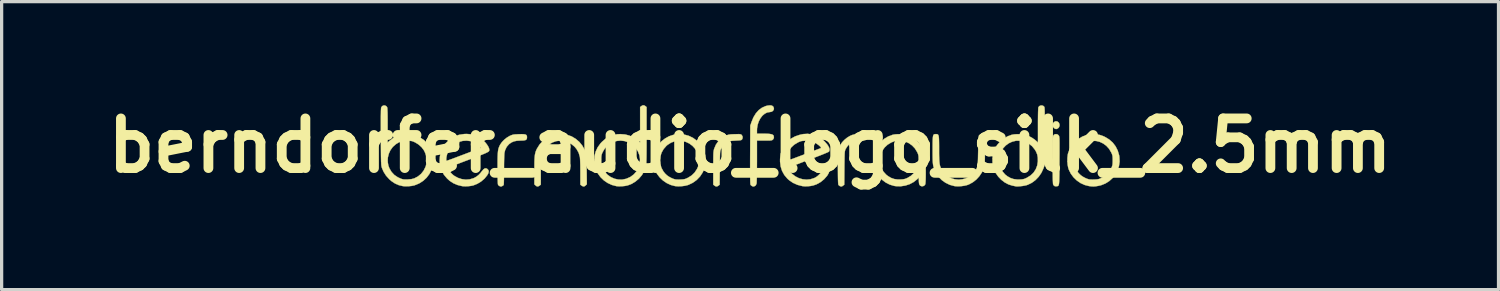
<source format=kicad_pcb>
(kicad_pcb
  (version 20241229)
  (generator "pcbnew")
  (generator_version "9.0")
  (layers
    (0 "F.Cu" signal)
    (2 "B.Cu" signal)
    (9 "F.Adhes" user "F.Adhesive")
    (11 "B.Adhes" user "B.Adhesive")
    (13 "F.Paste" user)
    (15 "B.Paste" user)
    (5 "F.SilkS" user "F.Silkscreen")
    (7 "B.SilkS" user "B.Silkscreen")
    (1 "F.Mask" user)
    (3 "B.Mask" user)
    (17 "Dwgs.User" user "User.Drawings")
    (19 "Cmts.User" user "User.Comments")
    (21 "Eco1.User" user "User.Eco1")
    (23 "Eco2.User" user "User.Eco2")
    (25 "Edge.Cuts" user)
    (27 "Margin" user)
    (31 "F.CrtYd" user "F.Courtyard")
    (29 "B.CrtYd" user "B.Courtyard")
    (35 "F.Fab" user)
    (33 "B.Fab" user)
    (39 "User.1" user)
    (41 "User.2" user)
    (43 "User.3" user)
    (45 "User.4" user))
  (footprint "berndorfer_audio_logo_silk_2.5mm"
    (layer "F.Cu")
    (at 19.964 1.418)
    (property "Reference" "berndorfer_audio_logo_silk_2.5mm" (at 0 0 0) (layer "F.SilkS") (effects (font (size 1.524 1.524) (thickness 0.3))))
    (attr through_hole)
    (fp_poly (pts (xy 9.438 -0.736) (xy 9.473 -0.704) (xy 9.493 -0.661) (xy 9.496 -0.611) (xy 9.479 -0.564) (xy 9.462 -0.543) (xy 9.428 -0.519) (xy 9.392 -0.508) (xy 9.391 -0.508) (xy 9.356 -0.518) (xy 9.321 -0.541) (xy 9.32 -0.543) (xy 9.292 -0.587) (xy 9.285 -0.636) (xy 9.297 -0.683) (xy 9.324 -0.722) (xy 9.366 -0.745) (xy 9.391 -0.748) (xy 9.438 -0.736)) (stroke (width 0.01) (type solid)) (fill yes) (layer "F.SilkS"))
    (fp_poly (pts (xy 9.438 -0.342) (xy 9.468 -0.315) (xy 9.474 -0.306) (xy 9.48 -0.296) (xy 9.484 -0.283) (xy 9.488 -0.263) (xy 9.491 -0.235) (xy 9.493 -0.197) (xy 9.494 -0.145) (xy 9.495 -0.078) (xy 9.495 0.007) (xy 9.495 0.111) (xy 9.495 0.239) (xy 9.494 0.391) (xy 9.494 0.46) (xy 9.493 0.627) (xy 9.492 0.768) (xy 9.491 0.886) (xy 9.489 0.981) (xy 9.487 1.058) (xy 9.484 1.117) (xy 9.48 1.162) (xy 9.474 1.194) (xy 9.467 1.216) (xy 9.458 1.23) (xy 9.447 1.238) (xy 9.433 1.243) (xy 9.417 1.246) (xy 9.412 1.247) (xy 9.371 1.248) (xy 9.345 1.242) (xy 9.316 1.219) (xy 9.299 1.192) (xy 9.296 1.169) (xy 9.293 1.121) (xy 9.29 1.052) (xy 9.288 0.965) (xy 9.287 0.864) (xy 9.285 0.75) (xy 9.285 0.629) (xy 9.284 0.503) (xy 9.285 0.376) (xy 9.285 0.25) (xy 9.286 0.13) (xy 9.288 0.018) (xy 9.29 -0.083) (xy 9.292 -0.168) (xy 9.295 -0.235) (xy 9.298 -0.28) (xy 9.301 -0.301) (xy 9.325 -0.334) (xy 9.356 -0.35) (xy 9.393 -0.353) (xy 9.438 -0.342)) (stroke (width 0.01) (type solid)) (fill yes) (layer "F.SilkS"))
    (fp_poly (pts (xy -0.307 -0.35) (xy -0.284 -0.345) (xy -0.268 -0.337) (xy -0.256 -0.326) (xy -0.231 -0.284) (xy -0.228 -0.233) (xy -0.246 -0.19) (xy -0.258 -0.178) (xy -0.277 -0.169) (xy -0.308 -0.163) (xy -0.357 -0.159) (xy -0.428 -0.155) (xy -0.44 -0.154) (xy -0.517 -0.15) (xy -0.573 -0.145) (xy -0.616 -0.137) (xy -0.65 -0.126) (xy -0.685 -0.11) (xy -0.685 -0.11) (xy -0.767 -0.054) (xy -0.839 0.022) (xy -0.893 0.108) (xy -0.894 0.111) (xy -0.902 0.129) (xy -0.908 0.149) (xy -0.914 0.172) (xy -0.918 0.202) (xy -0.921 0.242) (xy -0.923 0.296) (xy -0.925 0.365) (xy -0.926 0.455) (xy -0.928 0.566) (xy -0.929 0.688) (xy -0.933 1.199) (xy -0.969 1.227) (xy -1.012 1.252) (xy -1.051 1.251) (xy -1.092 1.227) (xy -1.129 1.197) (xy -1.129 0.692) (xy -1.129 0.557) (xy -1.128 0.447) (xy -1.127 0.359) (xy -1.126 0.29) (xy -1.124 0.236) (xy -1.121 0.193) (xy -1.116 0.16) (xy -1.111 0.132) (xy -1.104 0.106) (xy -1.101 0.097) (xy -1.049 -0.027) (xy -0.974 -0.134) (xy -0.877 -0.224) (xy -0.763 -0.293) (xy -0.72 -0.314) (xy -0.684 -0.329) (xy -0.649 -0.338) (xy -0.608 -0.344) (xy -0.554 -0.348) (xy -0.479 -0.35) (xy -0.472 -0.35) (xy -0.396 -0.352) (xy -0.342 -0.353) (xy -0.307 -0.35)) (stroke (width 0.01) (type solid)) (fill yes) (layer "F.SilkS"))
    (fp_poly (pts (xy 3.505 -0.349) (xy 3.551 -0.34) (xy 3.579 -0.324) (xy 3.594 -0.299) (xy 3.598 -0.266) (xy 3.598 -0.263) (xy 3.596 -0.225) (xy 3.586 -0.198) (xy 3.565 -0.179) (xy 3.528 -0.167) (xy 3.472 -0.16) (xy 3.392 -0.155) (xy 3.384 -0.154) (xy 3.307 -0.15) (xy 3.251 -0.145) (xy 3.209 -0.137) (xy 3.174 -0.126) (xy 3.139 -0.11) (xy 3.139 -0.11) (xy 3.057 -0.054) (xy 2.985 0.022) (xy 2.931 0.108) (xy 2.93 0.111) (xy 2.922 0.129) (xy 2.916 0.149) (xy 2.91 0.172) (xy 2.906 0.202) (xy 2.903 0.243) (xy 2.901 0.296) (xy 2.899 0.366) (xy 2.898 0.455) (xy 2.896 0.567) (xy 2.895 0.688) (xy 2.891 1.199) (xy 2.855 1.227) (xy 2.821 1.25) (xy 2.791 1.253) (xy 2.756 1.242) (xy 2.725 1.22) (xy 2.71 1.201) (xy 2.706 1.178) (xy 2.702 1.127) (xy 2.699 1.049) (xy 2.697 0.945) (xy 2.696 0.816) (xy 2.695 0.688) (xy 2.695 0.544) (xy 2.696 0.424) (xy 2.699 0.326) (xy 2.702 0.247) (xy 2.708 0.182) (xy 2.715 0.129) (xy 2.726 0.085) (xy 2.739 0.046) (xy 2.755 0.008) (xy 2.776 -0.031) (xy 2.827 -0.104) (xy 2.897 -0.178) (xy 2.978 -0.244) (xy 3.062 -0.295) (xy 3.072 -0.3) (xy 3.115 -0.319) (xy 3.151 -0.332) (xy 3.189 -0.34) (xy 3.237 -0.345) (xy 3.301 -0.349) (xy 3.348 -0.35) (xy 3.439 -0.352) (xy 3.505 -0.349)) (stroke (width 0.01) (type solid)) (fill yes) (layer "F.SilkS"))
    (fp_poly (pts (xy 0.672 -1.227) (xy 0.709 -1.2) (xy 0.713 -1.195) (xy 0.732 -1.148) (xy 0.726 -1.102) (xy 0.7 -1.064) (xy 0.656 -1.038) (xy 0.605 -1.03) (xy 0.525 -1.017) (xy 0.449 -0.978) (xy 0.379 -0.919) (xy 0.319 -0.841) (xy 0.27 -0.749) (xy 0.234 -0.645) (xy 0.215 -0.534) (xy 0.212 -0.47) (xy 0.212 -0.367) (xy 0.406 -0.367) (xy 0.512 -0.365) (xy 0.594 -0.36) (xy 0.653 -0.35) (xy 0.692 -0.336) (xy 0.716 -0.317) (xy 0.72 -0.311) (xy 0.733 -0.259) (xy 0.721 -0.211) (xy 0.701 -0.186) (xy 0.687 -0.174) (xy 0.671 -0.166) (xy 0.648 -0.161) (xy 0.612 -0.157) (xy 0.561 -0.156) (xy 0.488 -0.155) (xy 0.44 -0.155) (xy 0.212 -0.155) (xy 0.212 0.483) (xy 0.211 0.635) (xy 0.21 0.772) (xy 0.209 0.893) (xy 0.207 0.995) (xy 0.204 1.077) (xy 0.202 1.135) (xy 0.198 1.168) (xy 0.197 1.173) (xy 0.174 1.219) (xy 0.147 1.24) (xy 0.116 1.252) (xy 0.092 1.253) (xy 0.061 1.242) (xy 0.029 1.219) (xy 0.014 1.2) (xy 0.011 1.183) (xy 0.008 1.147) (xy 0.006 1.091) (xy 0.004 1.012) (xy 0.003 0.911) (xy 0.002 0.785) (xy 0.002 0.635) (xy 0.002 0.459) (xy 0.003 0.278) (xy 0.007 -0.614) (xy 0.046 -0.727) (xy 0.105 -0.87) (xy 0.179 -0.991) (xy 0.266 -1.089) (xy 0.366 -1.163) (xy 0.478 -1.213) (xy 0.54 -1.228) (xy 0.616 -1.236) (xy 0.672 -1.227)) (stroke (width 0.01) (type solid)) (fill yes) (layer "F.SilkS"))
    (fp_poly (pts (xy -6.938 -0.349) (xy -6.892 -0.341) (xy -6.864 -0.325) (xy -6.849 -0.3) (xy -6.844 -0.266) (xy -6.844 -0.254) (xy -6.848 -0.215) (xy -6.863 -0.187) (xy -6.892 -0.169) (xy -6.94 -0.159) (xy -7.01 -0.155) (xy -7.044 -0.155) (xy -7.155 -0.149) (xy -7.246 -0.13) (xy -7.324 -0.096) (xy -7.395 -0.045) (xy -7.396 -0.044) (xy -7.466 0.036) (xy -7.514 0.134) (xy -7.536 0.222) (xy -7.539 0.256) (xy -7.542 0.315) (xy -7.545 0.393) (xy -7.547 0.487) (xy -7.549 0.592) (xy -7.549 0.704) (xy -7.55 0.748) (xy -7.55 0.858) (xy -7.551 0.958) (xy -7.552 1.047) (xy -7.554 1.119) (xy -7.556 1.172) (xy -7.559 1.203) (xy -7.56 1.208) (xy -7.581 1.227) (xy -7.612 1.245) (xy -7.64 1.255) (xy -7.644 1.255) (xy -7.665 1.249) (xy -7.686 1.242) (xy -7.718 1.22) (xy -7.732 1.201) (xy -7.737 1.178) (xy -7.74 1.127) (xy -7.743 1.049) (xy -7.745 0.945) (xy -7.747 0.816) (xy -7.747 0.688) (xy -7.747 0.544) (xy -7.746 0.424) (xy -7.744 0.326) (xy -7.74 0.247) (xy -7.735 0.182) (xy -7.727 0.129) (xy -7.717 0.085) (xy -7.703 0.046) (xy -7.687 0.008) (xy -7.667 -0.031) (xy -7.615 -0.105) (xy -7.545 -0.179) (xy -7.463 -0.245) (xy -7.379 -0.295) (xy -7.37 -0.3) (xy -7.327 -0.318) (xy -7.29 -0.331) (xy -7.25 -0.34) (xy -7.201 -0.345) (xy -7.135 -0.348) (xy -7.094 -0.35) (xy -7.004 -0.352) (xy -6.938 -0.349)) (stroke (width 0.01) (type solid)) (fill yes) (layer "F.SilkS"))
    (fp_poly (pts (xy -5.682 -0.344) (xy -5.61 -0.331) (xy -5.474 -0.282) (xy -5.35 -0.208) (xy -5.239 -0.113) (xy -5.146 0.001) (xy -5.073 0.13) (xy -5.05 0.187) (xy -5.041 0.213) (xy -5.034 0.238) (xy -5.028 0.266) (xy -5.024 0.301) (xy -5.021 0.346) (xy -5.018 0.404) (xy -5.016 0.478) (xy -5.015 0.574) (xy -5.013 0.693) (xy -5.013 0.73) (xy -5.008 1.185) (xy -5.043 1.22) (xy -5.084 1.25) (xy -5.124 1.252) (xy -5.169 1.227) (xy -5.17 1.227) (xy -5.207 1.197) (xy -5.207 0.813) (xy -5.208 0.701) (xy -5.209 0.597) (xy -5.212 0.504) (xy -5.215 0.427) (xy -5.219 0.371) (xy -5.222 0.345) (xy -5.259 0.22) (xy -5.321 0.109) (xy -5.389 0.027) (xy -5.49 -0.054) (xy -5.6 -0.112) (xy -5.716 -0.145) (xy -5.835 -0.153) (xy -5.954 -0.136) (xy -6.068 -0.095) (xy -6.174 -0.03) (xy -6.235 0.024) (xy -6.318 0.127) (xy -6.376 0.241) (xy -6.406 0.356) (xy -6.41 0.394) (xy -6.413 0.456) (xy -6.416 0.536) (xy -6.419 0.63) (xy -6.42 0.732) (xy -6.42 0.821) (xy -6.421 1.197) (xy -6.458 1.227) (xy -6.503 1.252) (xy -6.543 1.25) (xy -6.583 1.221) (xy -6.583 1.221) (xy -6.618 1.187) (xy -6.618 0.766) (xy -6.617 0.627) (xy -6.616 0.513) (xy -6.613 0.42) (xy -6.608 0.344) (xy -6.601 0.282) (xy -6.59 0.229) (xy -6.577 0.183) (xy -6.56 0.14) (xy -6.539 0.095) (xy -6.539 0.095) (xy -6.459 -0.033) (xy -6.358 -0.144) (xy -6.238 -0.235) (xy -6.103 -0.303) (xy -6.026 -0.33) (xy -5.955 -0.344) (xy -5.867 -0.351) (xy -5.772 -0.351) (xy -5.682 -0.344)) (stroke (width 0.01) (type solid)) (fill yes) (layer "F.SilkS"))
    (fp_poly (pts (xy -2.021 -0.339) (xy -1.879 -0.3) (xy -1.749 -0.237) (xy -1.633 -0.151) (xy -1.533 -0.044) (xy -1.452 0.082) (xy -1.396 0.212) (xy -1.371 0.317) (xy -1.362 0.435) (xy -1.368 0.555) (xy -1.389 0.668) (xy -1.396 0.689) (xy -1.455 0.826) (xy -1.536 0.948) (xy -1.638 1.054) (xy -1.757 1.14) (xy -1.891 1.204) (xy -1.912 1.211) (xy -1.996 1.232) (xy -2.095 1.245) (xy -2.197 1.249) (xy -2.288 1.243) (xy -2.3 1.242) (xy -2.432 1.207) (xy -2.557 1.149) (xy -2.671 1.071) (xy -2.772 0.975) (xy -2.855 0.866) (xy -2.916 0.747) (xy -2.941 0.667) (xy -2.959 0.564) (xy -2.965 0.449) (xy -2.764 0.449) (xy -2.753 0.568) (xy -2.718 0.683) (xy -2.659 0.791) (xy -2.608 0.855) (xy -2.551 0.91) (xy -2.488 0.954) (xy -2.411 0.995) (xy -2.372 1.012) (xy -2.33 1.027) (xy -2.291 1.037) (xy -2.246 1.041) (xy -2.185 1.042) (xy -2.151 1.041) (xy -2.083 1.038) (xy -2.034 1.033) (xy -1.993 1.024) (xy -1.951 1.007) (xy -1.903 0.985) (xy -1.792 0.915) (xy -1.701 0.827) (xy -1.63 0.719) (xy -1.618 0.695) (xy -1.598 0.649) (xy -1.585 0.611) (xy -1.577 0.572) (xy -1.574 0.523) (xy -1.573 0.455) (xy -1.573 0.452) (xy -1.574 0.382) (xy -1.577 0.333) (xy -1.584 0.293) (xy -1.597 0.256) (xy -1.617 0.21) (xy -1.619 0.208) (xy -1.685 0.097) (xy -1.768 0.006) (xy -1.864 -0.065) (xy -1.97 -0.115) (xy -2.083 -0.144) (xy -2.198 -0.15) (xy -2.314 -0.132) (xy -2.425 -0.091) (xy -2.529 -0.025) (xy -2.569 0.009) (xy -2.653 0.106) (xy -2.714 0.214) (xy -2.751 0.329) (xy -2.764 0.449) (xy -2.965 0.449) (xy -2.965 0.449) (xy -2.958 0.334) (xy -2.94 0.232) (xy -2.938 0.223) (xy -2.886 0.091) (xy -2.812 -0.028) (xy -2.718 -0.132) (xy -2.607 -0.219) (xy -2.484 -0.287) (xy -2.35 -0.332) (xy -2.21 -0.352) (xy -2.174 -0.353) (xy -2.021 -0.339)) (stroke (width 0.01) (type solid)) (fill yes) (layer "F.SilkS"))
    (fp_poly (pts (xy 10.632 -0.347) (xy 10.73 -0.328) (xy 10.829 -0.294) (xy 10.887 -0.268) (xy 11.017 -0.19) (xy 11.127 -0.094) (xy 11.215 0.021) (xy 11.281 0.151) (xy 11.324 0.295) (xy 11.332 0.346) (xy 11.339 0.49) (xy 11.319 0.629) (xy 11.275 0.762) (xy 11.21 0.884) (xy 11.125 0.994) (xy 11.022 1.087) (xy 10.903 1.162) (xy 10.771 1.215) (xy 10.685 1.235) (xy 10.605 1.248) (xy 10.539 1.253) (xy 10.474 1.25) (xy 10.4 1.241) (xy 10.267 1.207) (xy 10.14 1.149) (xy 10.025 1.069) (xy 9.924 0.971) (xy 9.841 0.859) (xy 9.78 0.735) (xy 9.762 0.68) (xy 9.745 0.59) (xy 9.736 0.487) (xy 9.936 0.487) (xy 9.955 0.606) (xy 9.998 0.72) (xy 10.066 0.825) (xy 10.092 0.855) (xy 10.149 0.91) (xy 10.212 0.954) (xy 10.289 0.995) (xy 10.328 1.012) (xy 10.37 1.027) (xy 10.409 1.037) (xy 10.454 1.041) (xy 10.515 1.042) (xy 10.549 1.041) (xy 10.617 1.038) (xy 10.666 1.033) (xy 10.707 1.024) (xy 10.749 1.007) (xy 10.797 0.985) (xy 10.908 0.915) (xy 10.999 0.827) (xy 11.07 0.719) (xy 11.082 0.695) (xy 11.102 0.649) (xy 11.115 0.611) (xy 11.123 0.572) (xy 11.126 0.523) (xy 11.127 0.455) (xy 11.127 0.452) (xy 11.126 0.382) (xy 11.123 0.333) (xy 11.116 0.293) (xy 11.103 0.256) (xy 11.083 0.21) (xy 11.081 0.208) (xy 11.015 0.097) (xy 10.932 0.006) (xy 10.836 -0.065) (xy 10.731 -0.115) (xy 10.619 -0.143) (xy 10.504 -0.149) (xy 10.39 -0.133) (xy 10.28 -0.093) (xy 10.176 -0.03) (xy 10.105 0.035) (xy 10.026 0.137) (xy 9.972 0.249) (xy 9.942 0.367) (xy 9.936 0.487) (xy 9.736 0.487) (xy 9.736 0.486) (xy 9.737 0.379) (xy 9.748 0.28) (xy 9.758 0.233) (xy 9.807 0.102) (xy 9.879 -0.017) (xy 9.972 -0.122) (xy 10.081 -0.211) (xy 10.203 -0.281) (xy 10.335 -0.328) (xy 10.473 -0.351) (xy 10.522 -0.353) (xy 10.632 -0.347)) (stroke (width 0.01) (type solid)) (fill yes) (layer "F.SilkS"))
    (fp_poly (pts (xy -3.253 -1.237) (xy -3.212 -1.213) (xy -3.175 -1.183) (xy -3.175 -0.312) (xy -3.175 -0.128) (xy -3.175 0.03) (xy -3.176 0.164) (xy -3.177 0.276) (xy -3.178 0.369) (xy -3.18 0.445) (xy -3.182 0.506) (xy -3.184 0.553) (xy -3.188 0.59) (xy -3.191 0.619) (xy -3.196 0.641) (xy -3.196 0.643) (xy -3.245 0.778) (xy -3.317 0.903) (xy -3.41 1.013) (xy -3.521 1.106) (xy -3.645 1.179) (xy -3.751 1.219) (xy -3.834 1.237) (xy -3.93 1.247) (xy -4.025 1.249) (xy -4.101 1.243) (xy -4.238 1.207) (xy -4.367 1.148) (xy -4.484 1.068) (xy -4.586 0.97) (xy -4.669 0.857) (xy -4.731 0.732) (xy -4.763 0.625) (xy -4.782 0.472) (xy -4.781 0.452) (xy -4.565 0.452) (xy -4.564 0.524) (xy -4.562 0.576) (xy -4.556 0.615) (xy -4.546 0.648) (xy -4.53 0.684) (xy -4.526 0.694) (xy -4.457 0.804) (xy -4.372 0.895) (xy -4.272 0.966) (xy -4.161 1.015) (xy -4.044 1.041) (xy -3.923 1.043) (xy -3.802 1.018) (xy -3.794 1.015) (xy -3.672 0.961) (xy -3.569 0.885) (xy -3.486 0.791) (xy -3.425 0.68) (xy -3.387 0.553) (xy -3.384 0.538) (xy -3.377 0.415) (xy -3.396 0.293) (xy -3.441 0.177) (xy -3.51 0.072) (xy -3.537 0.042) (xy -3.634 -0.044) (xy -3.741 -0.104) (xy -3.854 -0.141) (xy -3.97 -0.154) (xy -4.085 -0.144) (xy -4.196 -0.112) (xy -4.301 -0.057) (xy -4.394 0.018) (xy -4.474 0.115) (xy -4.521 0.198) (xy -4.54 0.239) (xy -4.553 0.275) (xy -4.56 0.311) (xy -4.564 0.357) (xy -4.565 0.42) (xy -4.565 0.452) (xy -4.781 0.452) (xy -4.774 0.325) (xy -4.738 0.185) (xy -4.676 0.053) (xy -4.588 -0.069) (xy -4.545 -0.114) (xy -4.436 -0.21) (xy -4.325 -0.28) (xy -4.206 -0.325) (xy -4.075 -0.349) (xy -3.979 -0.353) (xy -3.834 -0.342) (xy -3.702 -0.308) (xy -3.577 -0.25) (xy -3.456 -0.165) (xy -3.453 -0.163) (xy -3.373 -0.097) (xy -3.373 -1.183) (xy -3.335 -1.213) (xy -3.292 -1.237) (xy -3.253 -1.237)) (stroke (width 0.01) (type solid)) (fill yes) (layer "F.SilkS"))
    (fp_poly (pts (xy 4.629 -0.351) (xy 4.717 -0.344) (xy 4.783 -0.332) (xy 4.921 -0.281) (xy 5.045 -0.207) (xy 5.155 -0.112) (xy 5.246 0.001) (xy 5.317 0.128) (xy 5.364 0.268) (xy 5.369 0.289) (xy 5.375 0.333) (xy 5.381 0.397) (xy 5.385 0.477) (xy 5.388 0.569) (xy 5.39 0.669) (xy 5.391 0.771) (xy 5.391 0.871) (xy 5.39 0.966) (xy 5.388 1.05) (xy 5.384 1.118) (xy 5.38 1.167) (xy 5.375 1.191) (xy 5.345 1.228) (xy 5.304 1.246) (xy 5.259 1.246) (xy 5.219 1.228) (xy 5.193 1.192) (xy 5.193 1.192) (xy 5.185 1.158) (xy 5.18 1.108) (xy 5.179 1.069) (xy 5.179 0.982) (xy 5.126 1.033) (xy 5.02 1.117) (xy 4.898 1.182) (xy 4.764 1.226) (xy 4.624 1.247) (xy 4.483 1.245) (xy 4.422 1.236) (xy 4.287 1.196) (xy 4.162 1.132) (xy 4.048 1.046) (xy 3.95 0.941) (xy 3.87 0.819) (xy 3.814 0.692) (xy 3.794 0.607) (xy 3.783 0.506) (xy 3.783 0.479) (xy 3.983 0.479) (xy 3.998 0.592) (xy 4.036 0.7) (xy 4.095 0.801) (xy 4.177 0.891) (xy 4.233 0.935) (xy 4.328 0.991) (xy 4.425 1.025) (xy 4.533 1.039) (xy 4.609 1.039) (xy 4.68 1.035) (xy 4.733 1.027) (xy 4.782 1.012) (xy 4.832 0.99) (xy 4.936 0.927) (xy 5.027 0.843) (xy 5.101 0.742) (xy 5.126 0.695) (xy 5.147 0.651) (xy 5.16 0.614) (xy 5.167 0.576) (xy 5.171 0.529) (xy 5.172 0.464) (xy 5.172 0.445) (xy 5.171 0.374) (xy 5.169 0.324) (xy 5.162 0.286) (xy 5.151 0.25) (xy 5.133 0.21) (xy 5.126 0.196) (xy 5.058 0.085) (xy 4.972 -0.005) (xy 4.873 -0.075) (xy 4.763 -0.124) (xy 4.646 -0.149) (xy 4.526 -0.15) (xy 4.405 -0.125) (xy 4.327 -0.094) (xy 4.219 -0.028) (xy 4.131 0.054) (xy 4.063 0.149) (xy 4.015 0.254) (xy 3.989 0.365) (xy 3.983 0.479) (xy 3.783 0.479) (xy 3.782 0.398) (xy 3.792 0.296) (xy 3.804 0.235) (xy 3.851 0.107) (xy 3.922 -0.012) (xy 4.013 -0.119) (xy 4.121 -0.211) (xy 4.242 -0.283) (xy 4.373 -0.331) (xy 4.375 -0.332) (xy 4.447 -0.345) (xy 4.535 -0.351) (xy 4.629 -0.351)) (stroke (width 0.01) (type solid)) (fill yes) (layer "F.SilkS"))
    (fp_poly (pts (xy 9.003 -1.216) (xy 9.031 -1.186) (xy 9.034 -1.169) (xy 9.037 -1.131) (xy 9.04 -1.072) (xy 9.041 -0.99) (xy 9.043 -0.885) (xy 9.043 -0.755) (xy 9.043 -0.6) (xy 9.043 -0.418) (xy 9.042 -0.279) (xy 9.038 0.6) (xy 9 0.704) (xy 8.939 0.835) (xy 8.857 0.954) (xy 8.758 1.057) (xy 8.646 1.14) (xy 8.524 1.2) (xy 8.488 1.213) (xy 8.432 1.226) (xy 8.364 1.238) (xy 8.292 1.246) (xy 8.225 1.251) (xy 8.171 1.251) (xy 8.149 1.248) (xy 8.12 1.242) (xy 8.075 1.232) (xy 8.043 1.226) (xy 7.927 1.189) (xy 7.814 1.129) (xy 7.709 1.048) (xy 7.615 0.951) (xy 7.538 0.841) (xy 7.48 0.724) (xy 7.458 0.656) (xy 7.445 0.58) (xy 7.439 0.505) (xy 7.64 0.505) (xy 7.664 0.621) (xy 7.691 0.689) (xy 7.752 0.799) (xy 7.825 0.885) (xy 7.902 0.945) (xy 7.997 0.997) (xy 8.092 1.027) (xy 8.198 1.04) (xy 8.264 1.04) (xy 8.33 1.037) (xy 8.38 1.03) (xy 8.424 1.018) (xy 8.473 0.996) (xy 8.498 0.984) (xy 8.61 0.914) (xy 8.7 0.827) (xy 8.768 0.723) (xy 8.812 0.606) (xy 8.831 0.479) (xy 8.829 0.368) (xy 8.812 0.273) (xy 8.775 0.183) (xy 8.733 0.114) (xy 8.651 0.015) (xy 8.551 -0.063) (xy 8.437 -0.118) (xy 8.311 -0.148) (xy 8.282 -0.151) (xy 8.159 -0.149) (xy 8.044 -0.121) (xy 7.939 -0.073) (xy 7.847 -0.006) (xy 7.769 0.077) (xy 7.707 0.172) (xy 7.663 0.277) (xy 7.64 0.389) (xy 7.64 0.505) (xy 7.439 0.505) (xy 7.438 0.488) (xy 7.439 0.393) (xy 7.446 0.304) (xy 7.458 0.24) (xy 7.507 0.106) (xy 7.581 -0.018) (xy 7.675 -0.127) (xy 7.787 -0.219) (xy 7.912 -0.29) (xy 8.029 -0.332) (xy 8.103 -0.345) (xy 8.194 -0.351) (xy 8.29 -0.351) (xy 8.38 -0.343) (xy 8.445 -0.331) (xy 8.557 -0.291) (xy 8.667 -0.231) (xy 8.764 -0.159) (xy 8.765 -0.158) (xy 8.834 -0.096) (xy 8.834 -0.619) (xy 8.834 -0.739) (xy 8.835 -0.851) (xy 8.836 -0.952) (xy 8.838 -1.038) (xy 8.841 -1.106) (xy 8.843 -1.153) (xy 8.846 -1.175) (xy 8.846 -1.175) (xy 8.873 -1.211) (xy 8.914 -1.23) (xy 8.961 -1.232) (xy 9.003 -1.216)) (stroke (width 0.01) (type solid)) (fill yes) (layer "F.SilkS"))
    (fp_poly (pts (xy 5.728 -0.352) (xy 5.75 -0.348) (xy 5.767 -0.338) (xy 5.779 -0.318) (xy 5.788 -0.287) (xy 5.794 -0.241) (xy 5.797 -0.177) (xy 5.799 -0.092) (xy 5.8 0.016) (xy 5.8 0.101) (xy 5.8 0.235) (xy 5.802 0.344) (xy 5.805 0.433) (xy 5.81 0.504) (xy 5.817 0.562) (xy 5.827 0.61) (xy 5.84 0.652) (xy 5.857 0.692) (xy 5.867 0.713) (xy 5.914 0.795) (xy 5.966 0.86) (xy 6.032 0.918) (xy 6.052 0.933) (xy 6.162 0.995) (xy 6.278 1.032) (xy 6.399 1.044) (xy 6.518 1.032) (xy 6.634 0.998) (xy 6.741 0.94) (xy 6.836 0.861) (xy 6.902 0.781) (xy 6.925 0.746) (xy 6.944 0.714) (xy 6.959 0.682) (xy 6.971 0.646) (xy 6.98 0.603) (xy 6.986 0.548) (xy 6.991 0.48) (xy 6.994 0.394) (xy 6.996 0.286) (xy 6.999 0.154) (xy 6.999 0.153) (xy 7.001 0.028) (xy 7.003 -0.071) (xy 7.005 -0.149) (xy 7.008 -0.207) (xy 7.011 -0.25) (xy 7.015 -0.28) (xy 7.02 -0.3) (xy 7.026 -0.313) (xy 7.033 -0.323) (xy 7.072 -0.347) (xy 7.12 -0.352) (xy 7.166 -0.337) (xy 7.183 -0.324) (xy 7.192 -0.315) (xy 7.198 -0.304) (xy 7.203 -0.288) (xy 7.206 -0.264) (xy 7.208 -0.228) (xy 7.21 -0.179) (xy 7.21 -0.112) (xy 7.209 -0.024) (xy 7.208 0.087) (xy 7.208 0.153) (xy 7.206 0.278) (xy 7.205 0.379) (xy 7.203 0.459) (xy 7.2 0.521) (xy 7.197 0.57) (xy 7.193 0.608) (xy 7.187 0.638) (xy 7.18 0.666) (xy 7.172 0.692) (xy 7.116 0.819) (xy 7.038 0.936) (xy 6.943 1.04) (xy 6.833 1.126) (xy 6.715 1.19) (xy 6.653 1.213) (xy 6.569 1.232) (xy 6.473 1.245) (xy 6.376 1.249) (xy 6.29 1.244) (xy 6.27 1.241) (xy 6.129 1.203) (xy 5.998 1.14) (xy 5.882 1.057) (xy 5.782 0.955) (xy 5.702 0.837) (xy 5.645 0.706) (xy 5.631 0.657) (xy 5.622 0.622) (xy 5.616 0.587) (xy 5.611 0.548) (xy 5.607 0.5) (xy 5.605 0.441) (xy 5.603 0.367) (xy 5.602 0.272) (xy 5.602 0.154) (xy 5.602 0.128) (xy 5.602 -0.001) (xy 5.603 -0.105) (xy 5.605 -0.186) (xy 5.609 -0.247) (xy 5.615 -0.291) (xy 5.624 -0.321) (xy 5.636 -0.339) (xy 5.653 -0.348) (xy 5.674 -0.352) (xy 5.701 -0.353) (xy 5.701 -0.353) (xy 5.728 -0.352)) (stroke (width 0.01) (type solid)) (fill yes) (layer "F.SilkS"))
    (fp_poly (pts (xy -11.202 -1.231) (xy -11.161 -1.211) (xy -11.135 -1.176) (xy -11.13 -1.152) (xy -11.127 -1.101) (xy -11.123 -1.024) (xy -11.121 -0.919) (xy -11.12 -0.788) (xy -11.12 -0.628) (xy -11.12 -0.619) (xy -11.12 -0.095) (xy -11.064 -0.146) (xy -10.947 -0.234) (xy -10.817 -0.298) (xy -10.679 -0.339) (xy -10.537 -0.355) (xy -10.394 -0.345) (xy -10.265 -0.313) (xy -10.124 -0.25) (xy -10.002 -0.167) (xy -9.9 -0.064) (xy -9.819 0.058) (xy -9.802 0.09) (xy -9.759 0.194) (xy -9.732 0.292) (xy -9.721 0.398) (xy -9.72 0.464) (xy -9.735 0.609) (xy -9.776 0.745) (xy -9.84 0.871) (xy -9.925 0.984) (xy -10.03 1.081) (xy -10.152 1.159) (xy -10.288 1.215) (xy -10.298 1.219) (xy -10.386 1.237) (xy -10.487 1.247) (xy -10.587 1.248) (xy -10.654 1.242) (xy -10.781 1.211) (xy -10.895 1.161) (xy -11.003 1.089) (xy -11.069 1.031) (xy -11.168 0.922) (xy -11.245 0.801) (xy -11.292 0.692) (xy -11.299 0.673) (xy -11.304 0.653) (xy -11.309 0.632) (xy -11.313 0.605) (xy -11.316 0.572) (xy -11.318 0.53) (xy -11.32 0.489) (xy -11.119 0.489) (xy -11.099 0.609) (xy -11.067 0.695) (xy -11 0.808) (xy -10.914 0.9) (xy -10.81 0.97) (xy -10.789 0.98) (xy -10.728 1.008) (xy -10.681 1.026) (xy -10.637 1.036) (xy -10.587 1.039) (xy -10.521 1.039) (xy -10.499 1.038) (xy -10.39 1.028) (xy -10.303 1.005) (xy -10.301 1.004) (xy -10.19 0.946) (xy -10.093 0.866) (xy -10.015 0.767) (xy -9.958 0.652) (xy -9.946 0.616) (xy -9.923 0.493) (xy -9.926 0.372) (xy -9.954 0.255) (xy -10.006 0.145) (xy -10.08 0.047) (xy -10.175 -0.037) (xy -10.271 -0.096) (xy -10.323 -0.121) (xy -10.364 -0.136) (xy -10.403 -0.144) (xy -10.452 -0.148) (xy -10.512 -0.148) (xy -10.617 -0.143) (xy -10.703 -0.127) (xy -10.782 -0.096) (xy -10.86 -0.049) (xy -10.871 -0.041) (xy -10.963 0.041) (xy -11.035 0.14) (xy -11.085 0.25) (xy -11.114 0.368) (xy -11.119 0.489) (xy -11.32 0.489) (xy -11.321 0.477) (xy -11.322 0.41) (xy -11.324 0.327) (xy -11.325 0.225) (xy -11.326 0.103) (xy -11.327 -0.042) (xy -11.328 -0.212) (xy -11.328 -0.267) (xy -11.329 -0.463) (xy -11.329 -0.632) (xy -11.329 -0.776) (xy -11.329 -0.895) (xy -11.327 -0.992) (xy -11.326 -1.066) (xy -11.323 -1.12) (xy -11.32 -1.155) (xy -11.317 -1.172) (xy -11.288 -1.212) (xy -11.246 -1.232) (xy -11.202 -1.231)) (stroke (width 0.01) (type solid)) (fill yes) (layer "F.SilkS"))
    (fp_poly (pts (xy -8.552 -0.346) (xy -8.425 -0.312) (xy -8.307 -0.253) (xy -8.194 -0.168) (xy -8.182 -0.157) (xy -8.126 -0.101) (xy -8.076 -0.039) (xy -8.036 0.024) (xy -8.01 0.079) (xy -8.001 0.12) (xy -8.001 0.135) (xy -8.001 0.148) (xy -8.005 0.16) (xy -8.013 0.172) (xy -8.027 0.185) (xy -8.05 0.199) (xy -8.083 0.216) (xy -8.128 0.237) (xy -8.187 0.262) (xy -8.263 0.292) (xy -8.356 0.328) (xy -8.468 0.371) (xy -8.603 0.422) (xy -8.761 0.481) (xy -8.853 0.516) (xy -8.954 0.555) (xy -9.047 0.591) (xy -9.127 0.624) (xy -9.193 0.652) (xy -9.239 0.673) (xy -9.264 0.686) (xy -9.268 0.689) (xy -9.264 0.715) (xy -9.244 0.754) (xy -9.21 0.8) (xy -9.167 0.848) (xy -9.12 0.893) (xy -9.076 0.927) (xy -8.963 0.989) (xy -8.844 1.028) (xy -8.722 1.044) (xy -8.602 1.035) (xy -8.49 1.002) (xy -8.462 0.99) (xy -8.389 0.948) (xy -8.328 0.9) (xy -8.269 0.837) (xy -8.226 0.782) (xy -8.18 0.728) (xy -8.139 0.7) (xy -8.1 0.696) (xy -8.06 0.716) (xy -8.06 0.716) (xy -8.027 0.753) (xy -8.018 0.798) (xy -8.033 0.853) (xy -8.065 0.91) (xy -8.147 1.011) (xy -8.251 1.1) (xy -8.368 1.171) (xy -8.489 1.22) (xy -8.558 1.235) (xy -8.641 1.245) (xy -8.727 1.249) (xy -8.804 1.246) (xy -8.837 1.242) (xy -8.979 1.207) (xy -9.103 1.154) (xy -9.214 1.082) (xy -9.296 1.008) (xy -9.392 0.894) (xy -9.462 0.767) (xy -9.507 0.631) (xy -9.525 0.487) (xy -9.522 0.425) (xy -9.322 0.425) (xy -9.318 0.456) (xy -9.31 0.466) (xy -9.293 0.461) (xy -9.253 0.447) (xy -9.192 0.425) (xy -9.114 0.397) (xy -9.022 0.362) (xy -8.919 0.323) (xy -8.807 0.281) (xy -8.791 0.275) (xy -8.678 0.232) (xy -8.573 0.192) (xy -8.478 0.156) (xy -8.398 0.125) (xy -8.334 0.101) (xy -8.291 0.085) (xy -8.27 0.077) (xy -8.269 0.076) (xy -8.266 0.064) (xy -8.282 0.04) (xy -8.312 0.009) (xy -8.351 -0.026) (xy -8.395 -0.059) (xy -8.439 -0.087) (xy -8.458 -0.097) (xy -8.576 -0.138) (xy -8.697 -0.153) (xy -8.816 -0.145) (xy -8.931 -0.114) (xy -9.038 -0.062) (xy -9.132 0.009) (xy -9.212 0.097) (xy -9.272 0.202) (xy -9.296 0.268) (xy -9.31 0.324) (xy -9.319 0.379) (xy -9.322 0.425) (xy -9.522 0.425) (xy -9.517 0.337) (xy -9.497 0.234) (xy -9.464 0.128) (xy -9.42 0.038) (xy -9.361 -0.045) (xy -9.292 -0.12) (xy -9.179 -0.217) (xy -9.055 -0.288) (xy -8.919 -0.334) (xy -8.769 -0.356) (xy -8.692 -0.358) (xy -8.552 -0.346)) (stroke (width 0.01) (type solid)) (fill yes) (layer "F.SilkS"))
    (fp_poly (pts (xy 1.904 -0.344) (xy 2.035 -0.301) (xy 2.158 -0.235) (xy 2.269 -0.148) (xy 2.364 -0.04) (xy 2.4 0.011) (xy 2.431 0.074) (xy 2.44 0.13) (xy 2.428 0.174) (xy 2.415 0.188) (xy 2.397 0.198) (xy 2.355 0.217) (xy 2.292 0.243) (xy 2.212 0.276) (xy 2.115 0.314) (xy 2.007 0.356) (xy 1.888 0.402) (xy 1.791 0.439) (xy 1.667 0.486) (xy 1.552 0.53) (xy 1.447 0.571) (xy 1.356 0.606) (xy 1.281 0.636) (xy 1.224 0.659) (xy 1.189 0.674) (xy 1.179 0.679) (xy 1.175 0.701) (xy 1.189 0.737) (xy 1.218 0.782) (xy 1.259 0.833) (xy 1.289 0.865) (xy 1.385 0.941) (xy 1.495 0.997) (xy 1.612 1.032) (xy 1.733 1.044) (xy 1.852 1.033) (xy 1.964 0.997) (xy 1.981 0.99) (xy 2.02 0.969) (xy 2.055 0.945) (xy 2.092 0.915) (xy 2.133 0.874) (xy 2.184 0.819) (xy 2.249 0.746) (xy 2.252 0.742) (xy 2.293 0.705) (xy 2.331 0.693) (xy 2.372 0.708) (xy 2.39 0.721) (xy 2.419 0.754) (xy 2.427 0.793) (xy 2.414 0.842) (xy 2.379 0.903) (xy 2.363 0.927) (xy 2.271 1.032) (xy 2.162 1.12) (xy 2.041 1.187) (xy 1.94 1.222) (xy 1.862 1.238) (xy 1.773 1.247) (xy 1.686 1.249) (xy 1.613 1.243) (xy 1.605 1.242) (xy 1.453 1.203) (xy 1.318 1.143) (xy 1.199 1.061) (xy 1.143 1.01) (xy 1.05 0.899) (xy 0.982 0.775) (xy 0.939 0.64) (xy 0.921 0.491) (xy 0.921 0.432) (xy 1.118 0.432) (xy 1.12 0.457) (xy 1.13 0.466) (xy 1.132 0.466) (xy 1.149 0.461) (xy 1.189 0.447) (xy 1.25 0.425) (xy 1.328 0.397) (xy 1.42 0.362) (xy 1.524 0.323) (xy 1.636 0.281) (xy 1.651 0.275) (xy 1.764 0.232) (xy 1.869 0.192) (xy 1.964 0.156) (xy 2.044 0.126) (xy 2.107 0.102) (xy 2.151 0.085) (xy 2.171 0.077) (xy 2.172 0.077) (xy 2.178 0.064) (xy 2.163 0.04) (xy 2.133 0.009) (xy 2.09 -0.026) (xy 2.039 -0.061) (xy 1.985 -0.092) (xy 1.976 -0.096) (xy 1.928 -0.12) (xy 1.889 -0.135) (xy 1.852 -0.143) (xy 1.808 -0.147) (xy 1.748 -0.148) (xy 1.722 -0.148) (xy 1.654 -0.147) (xy 1.605 -0.144) (xy 1.565 -0.137) (xy 1.527 -0.124) (xy 1.481 -0.104) (xy 1.468 -0.097) (xy 1.353 -0.028) (xy 1.26 0.059) (xy 1.19 0.163) (xy 1.143 0.283) (xy 1.123 0.385) (xy 1.118 0.432) (xy 0.921 0.432) (xy 0.922 0.402) (xy 0.942 0.248) (xy 0.987 0.108) (xy 1.054 -0.016) (xy 1.142 -0.123) (xy 1.252 -0.212) (xy 1.382 -0.283) (xy 1.531 -0.333) (xy 1.632 -0.354) (xy 1.769 -0.362) (xy 1.904 -0.344)) (stroke (width 0.01) (type solid)) (fill yes) (layer "F.SilkS")))
  (gr_rect
    (start -3 -3)
    (end 42.929 5.836)
    (stroke (width 0.1) (type default))
    (fill no)
    (layer "Edge.Cuts")))
</source>
